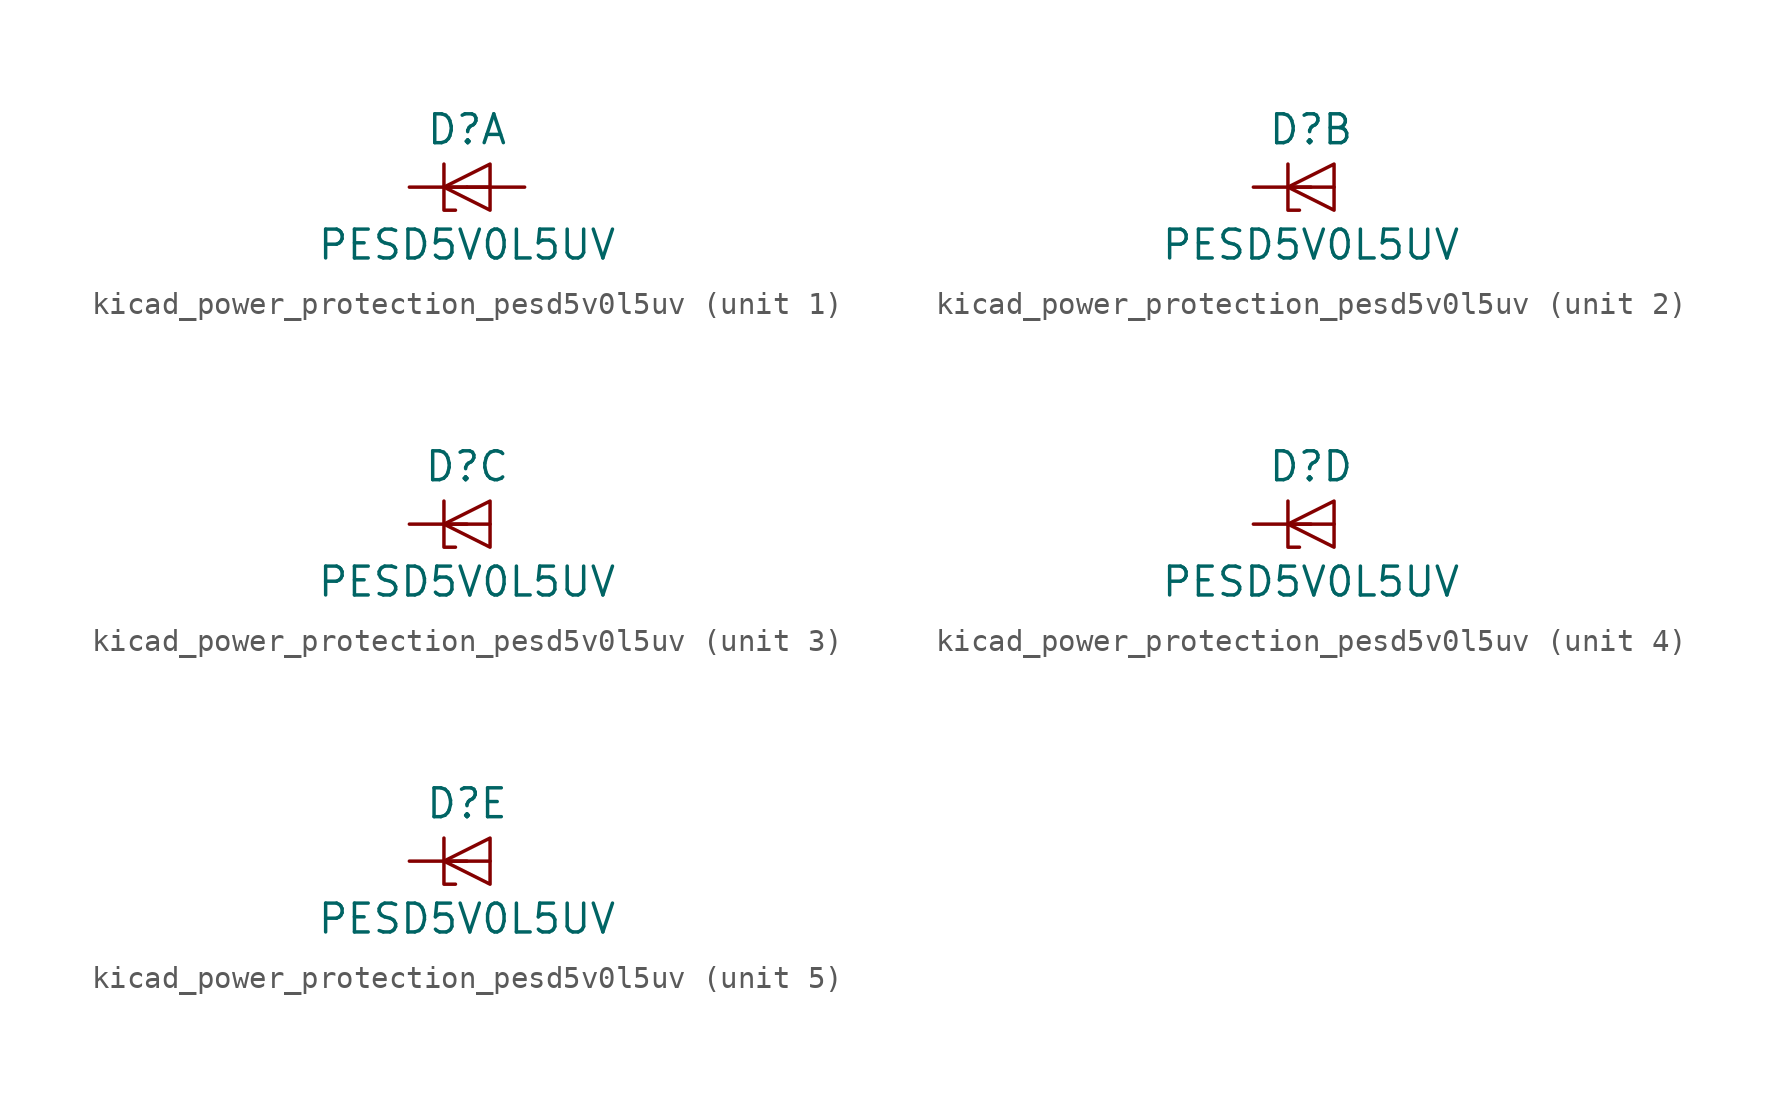
<source format=kicad_sym>
(kicad_symbol_lib
  (version 20220914)
  (generator kicad_symbol_editor)
  (symbol "kicad_power_protection_pesd5v0l5uv"
    (pin_numbers hide)
    (pin_names hide)
    (property "Reference" "D"
      (at 0 2.54 0)
      (effects (font (size 1.27 1.27))))
    (property "Value" "PESD5V0L5UV"
      (at 0 -2.54 0)
      (effects (font (size 1.27 1.27))))
    (property "ki_locked" ""
      (at 0 0 0)
      (effects (font (size 1.27 1.27))))
    (symbol "kicad_power_protection_pesd5v0l5uv_0_1"
      (polyline (pts (xy -1.016 0) (xy 1.016 0)) (stroke (width 0) (type default)) (fill (type none)))
      (polyline (pts (xy -1.016 1.016) (xy -1.016 -1.016) (xy -0.508 -1.016)) (stroke (width 0) (type default)) (fill (type none)))
      (polyline (pts (xy 1.016 1.016) (xy -1.016 0) (xy 1.016 -1.016) (xy 1.016 1.016)) (stroke (width 0) (type default)) (fill (type none))))
    (symbol "kicad_power_protection_pesd5v0l5uv_1_1"
      (pin passive line (at -2.54 0 0) (length 2.54) (name "K1" (effects (font (size 1.27 1.27)))) (number "1" (effects (font (size 1.27 1.27)))))
      (pin passive line (at 2.54 0 180) (length 2.54) (name "A" (effects (font (size 1.27 1.27)))) (number "2" (effects (font (size 1.27 1.27))))))
    (symbol "kicad_power_protection_pesd5v0l5uv_2_1"
      (pin passive line (at -2.54 0 0) (length 2.54) (name "K2" (effects (font (size 1.27 1.27)))) (number "3" (effects (font (size 1.27 1.27))))))
    (symbol "kicad_power_protection_pesd5v0l5uv_3_1"
      (pin passive line (at -2.54 0 0) (length 2.54) (name "K3" (effects (font (size 1.27 1.27)))) (number "4" (effects (font (size 1.27 1.27))))))
    (symbol "kicad_power_protection_pesd5v0l5uv_4_1"
      (pin passive line (at -2.54 0 0) (length 2.54) (name "K4" (effects (font (size 1.27 1.27)))) (number "5" (effects (font (size 1.27 1.27))))))
    (symbol "kicad_power_protection_pesd5v0l5uv_5_1"
      (pin passive line (at -2.54 0 0) (length 2.54) (name "K5" (effects (font (size 1.27 1.27)))) (number "6" (effects (font (size 1.27 1.27))))))))
</source>
